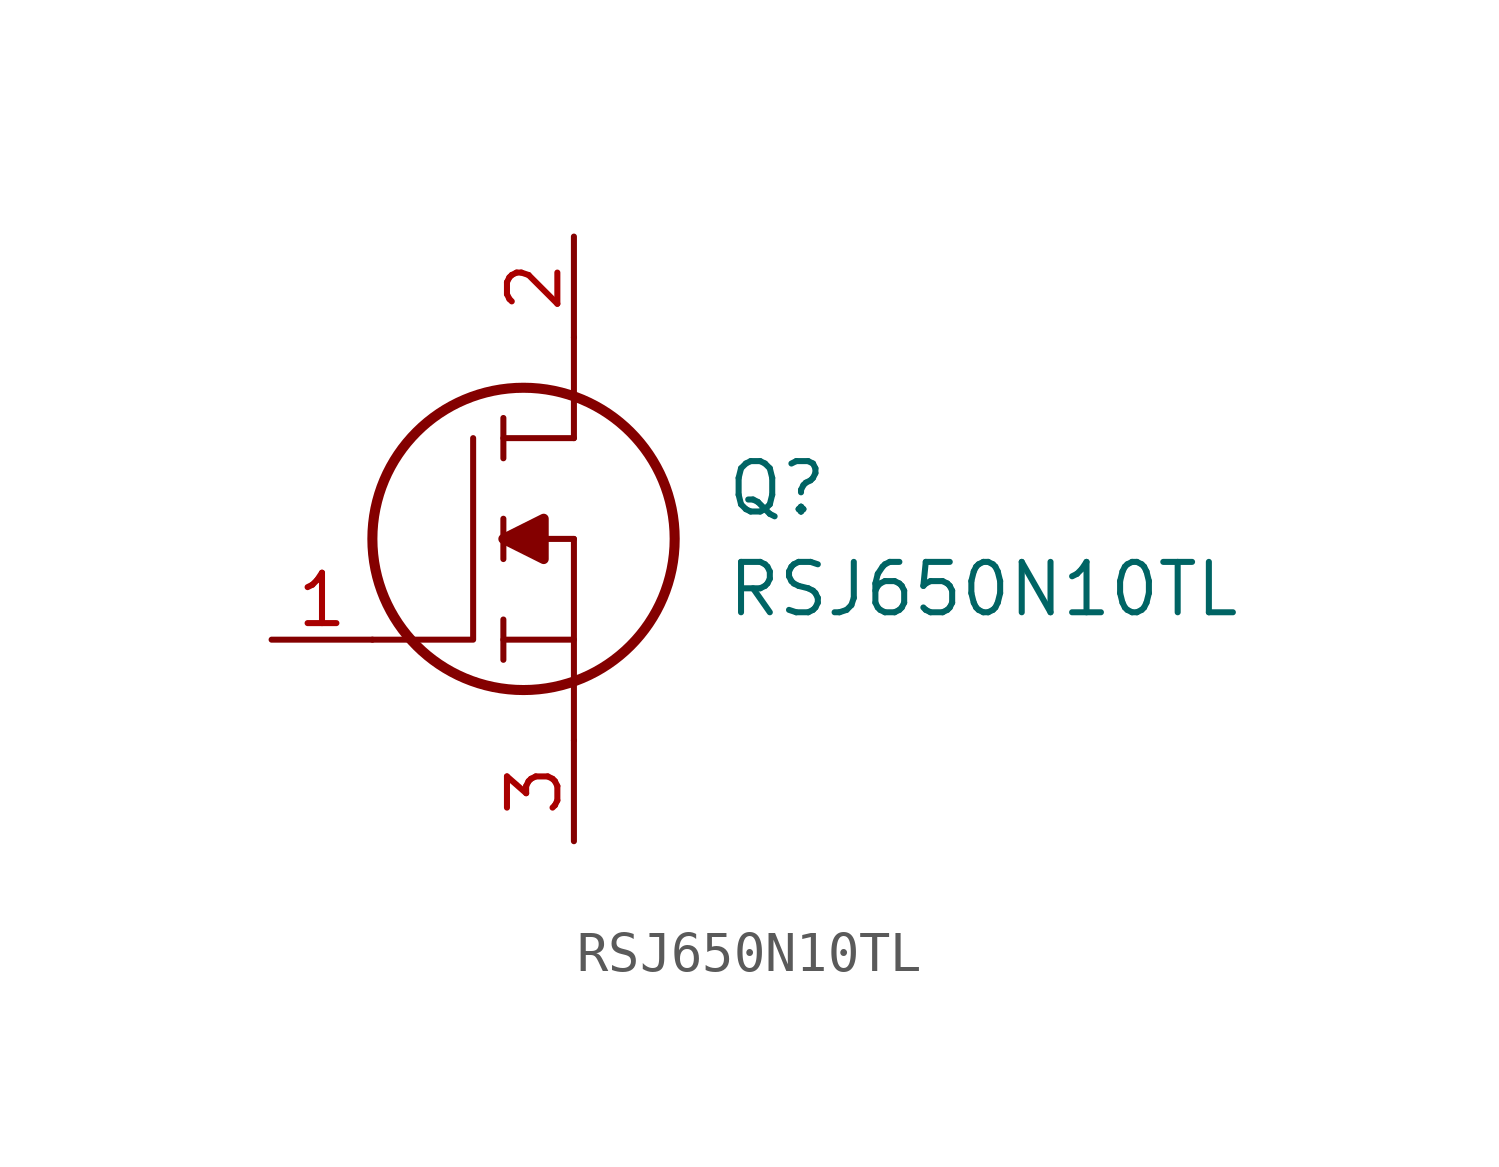
<source format=kicad_sym>
(kicad_symbol_lib
  (version 20211014)
  (generator kicad_symbol_editor)
  (symbol "RSJ650N10TL"
    (pin_names
      (offset 0.762))
    (property "Reference" "Q"
      (at 11.43 3.81 0)
      (effects (font (size 1.27 1.27)) (justify left)))
    (property "Value" "RSJ650N10TL"
      (at 11.43 1.27 0)
      (effects (font (size 1.27 1.27)) (justify left)))
    (symbol "RSJ650N10TL_0_0"
      (pin passive line (at 0 0 0) (length 2.54) (name "~" (effects (font (size 1.27 1.27)))) (number "1" (effects (font (size 1.27 1.27)))))
      (pin passive line (at 7.62 10.16 270) (length 2.54) (name "~" (effects (font (size 1.27 1.27)))) (number "2" (effects (font (size 1.27 1.27)))))
      (pin passive line (at 7.62 -5.08 90) (length 2.54) (name "~" (effects (font (size 1.27 1.27)))) (number "3" (effects (font (size 1.27 1.27))))))
    (symbol "RSJ650N10TL_0_1"
      (polyline (pts (xy 5.842 -0.508) (xy 5.842 0.508)) (stroke (width 0.152) (type default) (color 0 0 0 0)) (fill (type none)))
      (polyline (pts (xy 5.842 0) (xy 7.62 0)) (stroke (width 0.152) (type default) (color 0 0 0 0)) (fill (type none)))
      (polyline (pts (xy 5.842 2.032) (xy 5.842 3.048)) (stroke (width 0.152) (type default) (color 0 0 0 0)) (fill (type none)))
      (polyline (pts (xy 5.842 5.588) (xy 5.842 4.572)) (stroke (width 0.152) (type default) (color 0 0 0 0)) (fill (type none)))
      (polyline (pts (xy 7.62 2.54) (xy 5.842 2.54)) (stroke (width 0.152) (type default) (color 0 0 0 0)) (fill (type none)))
      (polyline (pts (xy 7.62 2.54) (xy 7.62 -2.54)) (stroke (width 0.152) (type default) (color 0 0 0 0)) (fill (type none)))
      (polyline (pts (xy 7.62 5.08) (xy 5.842 5.08)) (stroke (width 0.152) (type default) (color 0 0 0 0)) (fill (type none)))
      (polyline (pts (xy 7.62 5.08) (xy 7.62 7.62)) (stroke (width 0.152) (type default) (color 0 0 0 0)) (fill (type none)))
      (polyline (pts (xy 2.54 0) (xy 5.08 0) (xy 5.08 5.08)) (stroke (width 0.152) (type default) (color 0 0 0 0)) (fill (type none)))
      (polyline (pts (xy 5.842 2.54) (xy 6.858 3.048) (xy 6.858 2.032) (xy 5.842 2.54)) (stroke (width 0.254) (type default) (color 0 0 0 0)) (fill (type outline)))
      (circle (center 6.35 2.54) (radius 3.81) (stroke (width 0.254) (type default) (color 0 0 0 0)) (fill (type none))))))
</source>
